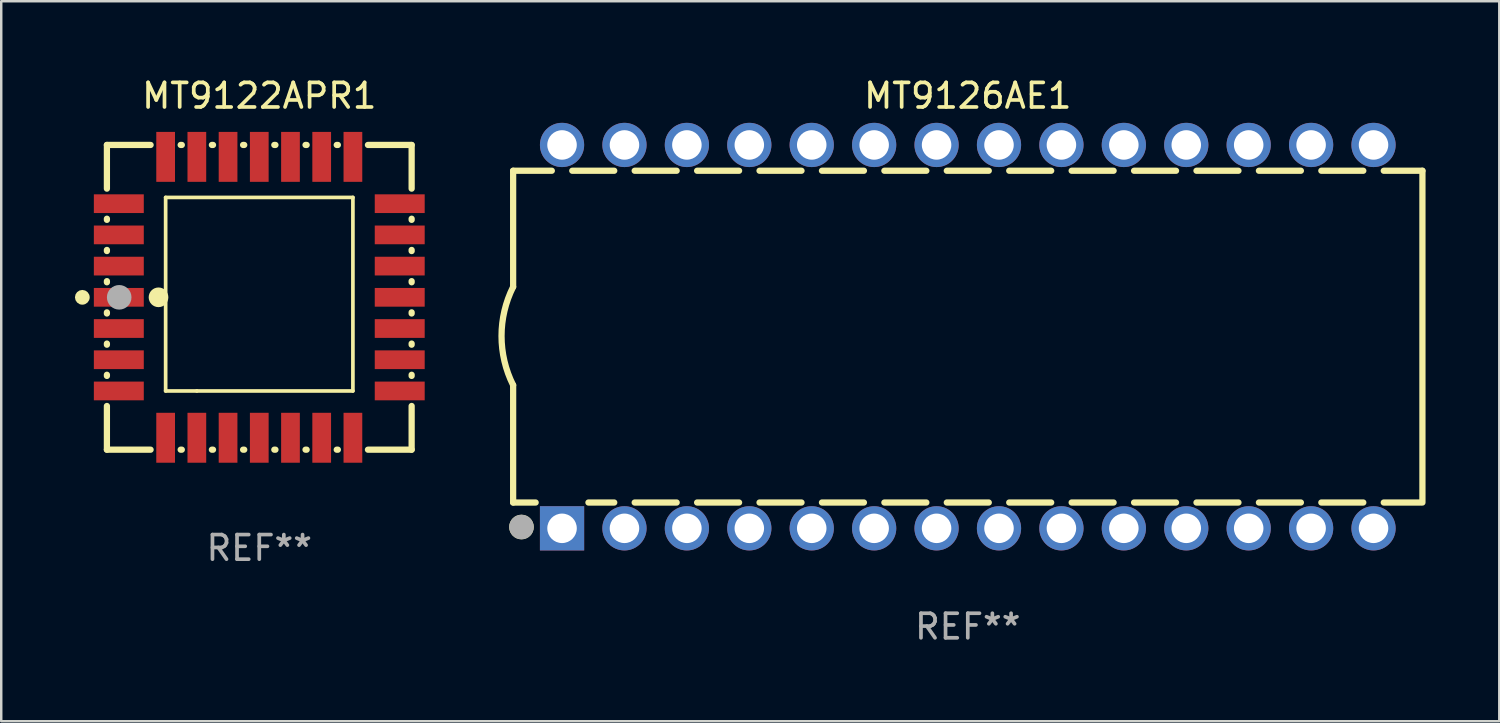
<source format=kicad_pcb>
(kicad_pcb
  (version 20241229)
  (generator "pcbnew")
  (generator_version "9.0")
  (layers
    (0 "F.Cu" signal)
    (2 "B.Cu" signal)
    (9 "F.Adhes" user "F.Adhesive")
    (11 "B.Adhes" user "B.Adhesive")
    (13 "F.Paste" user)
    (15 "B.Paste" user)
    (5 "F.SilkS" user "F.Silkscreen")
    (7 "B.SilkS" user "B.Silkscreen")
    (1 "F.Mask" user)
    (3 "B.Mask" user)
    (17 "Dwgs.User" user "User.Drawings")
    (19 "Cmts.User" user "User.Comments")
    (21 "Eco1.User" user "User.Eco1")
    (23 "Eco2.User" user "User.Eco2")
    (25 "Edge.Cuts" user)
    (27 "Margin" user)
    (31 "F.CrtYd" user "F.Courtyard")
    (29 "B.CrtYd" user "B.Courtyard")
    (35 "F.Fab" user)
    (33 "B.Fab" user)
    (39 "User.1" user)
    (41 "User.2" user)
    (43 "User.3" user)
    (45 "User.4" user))
  (footprint "MT9126AE1"
    (layer "F.Cu")
    (at 36.33 10.648)
    (property "Reference" "MT9126AE1" (at 0 -9.8 0) (layer "F.SilkS") (effects (font (size 1 1) (thickness 0.15))))
    (attr through_hole)
    (fp_line (start -18.5 -6.75) (end -18.5 -2.026) (stroke (width 0.254) (type solid)) (layer "F.SilkS"))
    (fp_line (start -18.5 -6.75) (end -16.926 -6.75) (stroke (width 0.254) (type solid)) (layer "F.SilkS"))
    (fp_line (start -18.5 6.75) (end -18.5 1.974) (stroke (width 0.254) (type solid)) (layer "F.SilkS"))
    (fp_line (start -18.5 6.75) (end -17.584 6.75) (stroke (width 0.254) (type solid)) (layer "F.SilkS"))
    (fp_line (start -16.094 -6.75) (end -14.386 -6.75) (stroke (width 0.254) (type solid)) (layer "F.SilkS"))
    (fp_line (start -15.436 6.75) (end -14.386 6.75) (stroke (width 0.254) (type solid)) (layer "F.SilkS"))
    (fp_line (start -13.554 -6.75) (end -11.846 -6.75) (stroke (width 0.254) (type solid)) (layer "F.SilkS"))
    (fp_line (start -13.554 6.75) (end -11.846 6.75) (stroke (width 0.254) (type solid)) (layer "F.SilkS"))
    (fp_line (start -11.014 -6.75) (end -9.306 -6.75) (stroke (width 0.254) (type solid)) (layer "F.SilkS"))
    (fp_line (start -11.014 6.75) (end -9.306 6.75) (stroke (width 0.254) (type solid)) (layer "F.SilkS"))
    (fp_line (start -8.474 -6.75) (end -6.766 -6.75) (stroke (width 0.254) (type solid)) (layer "F.SilkS"))
    (fp_line (start -8.474 6.75) (end -6.766 6.75) (stroke (width 0.254) (type solid)) (layer "F.SilkS"))
    (fp_line (start -5.934 -6.75) (end -4.226 -6.75) (stroke (width 0.254) (type solid)) (layer "F.SilkS"))
    (fp_line (start -5.934 6.75) (end -4.226 6.75) (stroke (width 0.254) (type solid)) (layer "F.SilkS"))
    (fp_line (start -3.394 -6.75) (end -1.686 -6.75) (stroke (width 0.254) (type solid)) (layer "F.SilkS"))
    (fp_line (start -3.394 6.75) (end -1.686 6.75) (stroke (width 0.254) (type solid)) (layer "F.SilkS"))
    (fp_line (start -0.854 -6.75) (end 0.854 -6.75) (stroke (width 0.254) (type solid)) (layer "F.SilkS"))
    (fp_line (start -0.854 6.75) (end 0.854 6.75) (stroke (width 0.254) (type solid)) (layer "F.SilkS"))
    (fp_line (start 1.686 -6.75) (end 3.394 -6.75) (stroke (width 0.254) (type solid)) (layer "F.SilkS"))
    (fp_line (start 1.686 6.75) (end 3.394 6.75) (stroke (width 0.254) (type solid)) (layer "F.SilkS"))
    (fp_line (start 4.226 -6.75) (end 5.934 -6.75) (stroke (width 0.254) (type solid)) (layer "F.SilkS"))
    (fp_line (start 4.226 6.75) (end 5.934 6.75) (stroke (width 0.254) (type solid)) (layer "F.SilkS"))
    (fp_line (start 6.766 -6.75) (end 8.474 -6.75) (stroke (width 0.254) (type solid)) (layer "F.SilkS"))
    (fp_line (start 6.766 6.75) (end 8.474 6.75) (stroke (width 0.254) (type solid)) (layer "F.SilkS"))
    (fp_line (start 9.306 -6.75) (end 11.014 -6.75) (stroke (width 0.254) (type solid)) (layer "F.SilkS"))
    (fp_line (start 9.306 6.75) (end 11.014 6.75) (stroke (width 0.254) (type solid)) (layer "F.SilkS"))
    (fp_line (start 11.846 -6.75) (end 13.554 -6.75) (stroke (width 0.254) (type solid)) (layer "F.SilkS"))
    (fp_line (start 11.846 6.75) (end 13.554 6.75) (stroke (width 0.254) (type solid)) (layer "F.SilkS"))
    (fp_line (start 14.386 -6.75) (end 16.094 -6.75) (stroke (width 0.254) (type solid)) (layer "F.SilkS"))
    (fp_line (start 14.386 6.75) (end 16.094 6.75) (stroke (width 0.254) (type solid)) (layer "F.SilkS"))
    (fp_line (start 16.926 -6.75) (end 18.5 -6.75) (stroke (width 0.254) (type solid)) (layer "F.SilkS"))
    (fp_line (start 16.926 6.75) (end 18.415 6.75) (stroke (width 0.254) (type solid)) (layer "F.SilkS"))
    (fp_line (start 18.5 6.75) (end 18.5 -6.75) (stroke (width 0.254) (type solid)) (layer "F.SilkS"))
    (fp_arc (start -18.500051 1.974384) (mid -18.972187 -0.025616) (end -18.500051 -2.025616) (stroke (width 0.254001) (type solid)) (layer "F.SilkS"))
    (fp_circle (center -18.5 7.8) (end -18.47 7.8) (stroke (width 0.06) (type solid)) (fill no) (layer "F.SilkS"))
    (fp_circle (center -18.161 7.747) (end -17.911 7.747) (stroke (width 0.5) (type solid)) (fill no) (layer "F.SilkS"))
    (fp_circle (center -18.161 7.747) (end -17.911 7.747) (stroke (width 0.5) (type solid)) (fill no) (layer "F.Fab"))
    (fp_text user "REF**" (at 0 11.8 0) (layer "F.Fab") (effects (font (size 1 1) (thickness 0.15))))
    (pad "1" thru_hole rect (at -16.51 7.8) (size 1.8 1.8) (drill 1.2) (layers "*.Cu" "*.Mask"))
    (pad "2" thru_hole circle (at -13.97 7.8) (size 1.8 1.8) (drill 1.2) (layers "*.Cu" "*.Mask"))
    (pad "3" thru_hole circle (at -11.43 7.8) (size 1.8 1.8) (drill 1.2) (layers "*.Cu" "*.Mask"))
    (pad "4" thru_hole circle (at -8.89 7.8) (size 1.8 1.8) (drill 1.2) (layers "*.Cu" "*.Mask"))
    (pad "5" thru_hole circle (at -6.35 7.8) (size 1.8 1.8) (drill 1.2) (layers "*.Cu" "*.Mask"))
    (pad "6" thru_hole circle (at -3.81 7.8) (size 1.8 1.8) (drill 1.2) (layers "*.Cu" "*.Mask"))
    (pad "7" thru_hole circle (at -1.27 7.8) (size 1.8 1.8) (drill 1.2) (layers "*.Cu" "*.Mask"))
    (pad "8" thru_hole circle (at 1.27 7.8) (size 1.8 1.8) (drill 1.2) (layers "*.Cu" "*.Mask"))
    (pad "9" thru_hole circle (at 3.81 7.8) (size 1.8 1.8) (drill 1.2) (layers "*.Cu" "*.Mask"))
    (pad "10" thru_hole circle (at 6.35 7.8) (size 1.8 1.8) (drill 1.2) (layers "*.Cu" "*.Mask"))
    (pad "11" thru_hole circle (at 8.89 7.8) (size 1.8 1.8) (drill 1.2) (layers "*.Cu" "*.Mask"))
    (pad "12" thru_hole circle (at 11.43 7.8) (size 1.8 1.8) (drill 1.2) (layers "*.Cu" "*.Mask"))
    (pad "13" thru_hole circle (at 13.97 7.8) (size 1.8 1.8) (drill 1.2) (layers "*.Cu" "*.Mask"))
    (pad "14" thru_hole circle (at 16.51 7.8) (size 1.8 1.8) (drill 1.2) (layers "*.Cu" "*.Mask"))
    (pad "15" thru_hole circle (at 16.51 -7.8) (size 1.8 1.8) (drill 1.2) (layers "*.Cu" "*.Mask"))
    (pad "16" thru_hole circle (at 13.97 -7.8) (size 1.8 1.8) (drill 1.2) (layers "*.Cu" "*.Mask"))
    (pad "17" thru_hole circle (at 11.43 -7.8) (size 1.8 1.8) (drill 1.2) (layers "*.Cu" "*.Mask"))
    (pad "18" thru_hole circle (at 8.89 -7.8) (size 1.8 1.8) (drill 1.2) (layers "*.Cu" "*.Mask"))
    (pad "19" thru_hole circle (at 6.35 -7.8) (size 1.8 1.8) (drill 1.2) (layers "*.Cu" "*.Mask"))
    (pad "20" thru_hole circle (at 3.81 -7.8) (size 1.8 1.8) (drill 1.2) (layers "*.Cu" "*.Mask"))
    (pad "21" thru_hole circle (at 1.27 -7.8) (size 1.8 1.8) (drill 1.2) (layers "*.Cu" "*.Mask"))
    (pad "22" thru_hole circle (at -1.27 -7.8) (size 1.8 1.8) (drill 1.2) (layers "*.Cu" "*.Mask"))
    (pad "23" thru_hole circle (at -3.81 -7.8) (size 1.8 1.8) (drill 1.2) (layers "*.Cu" "*.Mask"))
    (pad "24" thru_hole circle (at -6.35 -7.8) (size 1.8 1.8) (drill 1.2) (layers "*.Cu" "*.Mask"))
    (pad "25" thru_hole circle (at -8.89 -7.8) (size 1.8 1.8) (drill 1.2) (layers "*.Cu" "*.Mask"))
    (pad "26" thru_hole circle (at -11.43 -7.8) (size 1.8 1.8) (drill 1.2) (layers "*.Cu" "*.Mask"))
    (pad "27" thru_hole circle (at -13.97 -7.8) (size 1.8 1.8) (drill 1.2) (layers "*.Cu" "*.Mask"))
    (pad "28" thru_hole circle (at -16.51 -7.8) (size 1.8 1.8) (drill 1.2) (layers "*.Cu" "*.Mask")))
  (footprint "MT9122APR1"
    (layer "F.Cu")
    (at 7.5 9.048)
    (property "Reference" "MT9122APR1" (at 0 -8.2 0) (layer "F.SilkS") (effects (font (size 1 1) (thickness 0.15))))
    (attr through_hole)
    (fp_line (start -6.2 -6.2) (end -4.422 -6.2) (stroke (width 0.254) (type solid)) (layer "F.SilkS"))
    (fp_line (start -6.2 -4.422) (end -6.2 -6.2) (stroke (width 0.254) (type solid)) (layer "F.SilkS"))
    (fp_line (start -6.2 -3.152) (end -6.2 -3.198) (stroke (width 0.254) (type solid)) (layer "F.SilkS"))
    (fp_line (start -6.2 -1.882) (end -6.2 -1.928) (stroke (width 0.254) (type solid)) (layer "F.SilkS"))
    (fp_line (start -6.2 -0.612) (end -6.2 -0.658) (stroke (width 0.254) (type solid)) (layer "F.SilkS"))
    (fp_line (start -6.2 0.658) (end -6.2 0.612) (stroke (width 0.254) (type solid)) (layer "F.SilkS"))
    (fp_line (start -6.2 1.928) (end -6.2 1.882) (stroke (width 0.254) (type solid)) (layer "F.SilkS"))
    (fp_line (start -6.2 3.198) (end -6.2 3.152) (stroke (width 0.254) (type solid)) (layer "F.SilkS"))
    (fp_line (start -6.2 6.2) (end -6.2 4.422) (stroke (width 0.254) (type solid)) (layer "F.SilkS"))
    (fp_line (start -4.422 6.2) (end -6.2 6.2) (stroke (width 0.254) (type solid)) (layer "F.SilkS"))
    (fp_line (start -3.81 -4.064) (end 3.81 -4.064) (stroke (width 0.15) (type solid)) (layer "F.SilkS"))
    (fp_line (start -3.81 3.81) (end -3.81 -4.064) (stroke (width 0.15) (type solid)) (layer "F.SilkS"))
    (fp_line (start -3.198 -6.2) (end -3.152 -6.2) (stroke (width 0.254) (type solid)) (layer "F.SilkS"))
    (fp_line (start -3.152 6.2) (end -3.198 6.2) (stroke (width 0.254) (type solid)) (layer "F.SilkS"))
    (fp_line (start -2.54 3.81) (end -3.81 3.81) (stroke (width 0.15) (type solid)) (layer "F.SilkS"))
    (fp_line (start -1.928 -6.2) (end -1.882 -6.2) (stroke (width 0.254) (type solid)) (layer "F.SilkS"))
    (fp_line (start -1.882 6.2) (end -1.928 6.2) (stroke (width 0.254) (type solid)) (layer "F.SilkS"))
    (fp_line (start -0.658 -6.2) (end -0.612 -6.2) (stroke (width 0.254) (type solid)) (layer "F.SilkS"))
    (fp_line (start -0.612 6.2) (end -0.658 6.2) (stroke (width 0.254) (type solid)) (layer "F.SilkS"))
    (fp_line (start 0.612 -6.2) (end 0.658 -6.2) (stroke (width 0.254) (type solid)) (layer "F.SilkS"))
    (fp_line (start 0.658 6.2) (end 0.612 6.2) (stroke (width 0.254) (type solid)) (layer "F.SilkS"))
    (fp_line (start 1.882 -6.2) (end 1.928 -6.2) (stroke (width 0.254) (type solid)) (layer "F.SilkS"))
    (fp_line (start 1.928 6.2) (end 1.882 6.2) (stroke (width 0.254) (type solid)) (layer "F.SilkS"))
    (fp_line (start 3.152 -6.2) (end 3.198 -6.2) (stroke (width 0.254) (type solid)) (layer "F.SilkS"))
    (fp_line (start 3.198 6.2) (end 3.152 6.2) (stroke (width 0.254) (type solid)) (layer "F.SilkS"))
    (fp_line (start 3.81 -4.064) (end 3.81 3.81) (stroke (width 0.15) (type solid)) (layer "F.SilkS"))
    (fp_line (start 3.81 3.81) (end -2.54 3.81) (stroke (width 0.15) (type solid)) (layer "F.SilkS"))
    (fp_line (start 4.422 -6.2) (end 6.2 -6.2) (stroke (width 0.254) (type solid)) (layer "F.SilkS"))
    (fp_line (start 6.2 -6.2) (end 6.2 -4.422) (stroke (width 0.254) (type solid)) (layer "F.SilkS"))
    (fp_line (start 6.2 -3.198) (end 6.2 -3.152) (stroke (width 0.254) (type solid)) (layer "F.SilkS"))
    (fp_line (start 6.2 -1.928) (end 6.2 -1.882) (stroke (width 0.254) (type solid)) (layer "F.SilkS"))
    (fp_line (start 6.2 -0.658) (end 6.2 -0.612) (stroke (width 0.254) (type solid)) (layer "F.SilkS"))
    (fp_line (start 6.2 0.612) (end 6.2 0.658) (stroke (width 0.254) (type solid)) (layer "F.SilkS"))
    (fp_line (start 6.2 1.882) (end 6.2 1.928) (stroke (width 0.254) (type solid)) (layer "F.SilkS"))
    (fp_line (start 6.2 3.152) (end 6.2 3.198) (stroke (width 0.254) (type solid)) (layer "F.SilkS"))
    (fp_line (start 6.2 4.422) (end 6.2 6.2) (stroke (width 0.254) (type solid)) (layer "F.SilkS"))
    (fp_line (start 6.2 6.2) (end 4.422 6.2) (stroke (width 0.254) (type solid)) (layer "F.SilkS"))
    (fp_circle (center -7.2 0) (end -7.05 0) (stroke (width 0.3) (type solid)) (fill no) (layer "F.SilkS"))
    (fp_circle (center -6.223 6.223) (end -6.193 6.223) (stroke (width 0.06) (type solid)) (fill no) (layer "F.SilkS"))
    (fp_circle (center -4.1 0) (end -3.9 0) (stroke (width 0.4) (type solid)) (fill no) (layer "F.SilkS"))
    (fp_circle (center -5.7 0) (end -5.45 0) (stroke (width 0.5) (type solid)) (fill no) (layer "F.Fab"))
    (fp_text user "REF**" (at 0 10.2 0) (layer "F.Fab") (effects (font (size 1 1) (thickness 0.15))))
    (pad "1" smd rect (at -5.715 0) (size 2.032 0.762) (layers "F.Cu" "F.Mask" "F.Paste"))
    (pad "2" smd rect (at -5.715 1.27) (size 2.032 0.762) (layers "F.Cu" "F.Mask" "F.Paste"))
    (pad "3" smd rect (at -5.715 2.54) (size 2.032 0.762) (layers "F.Cu" "F.Mask" "F.Paste"))
    (pad "4" smd rect (at -5.715 3.81) (size 2.032 0.762) (layers "F.Cu" "F.Mask" "F.Paste"))
    (pad "5" smd rect (at -3.81 5.715) (size 0.762 2.032) (layers "F.Cu" "F.Mask" "F.Paste"))
    (pad "6" smd rect (at -2.54 5.715) (size 0.762 2.032) (layers "F.Cu" "F.Mask" "F.Paste"))
    (pad "7" smd rect (at -1.27 5.715) (size 0.762 2.032) (layers "F.Cu" "F.Mask" "F.Paste"))
    (pad "8" smd rect (at 0 5.715) (size 0.762 2.032) (layers "F.Cu" "F.Mask" "F.Paste"))
    (pad "9" smd rect (at 1.27 5.715) (size 0.762 2.032) (layers "F.Cu" "F.Mask" "F.Paste"))
    (pad "10" smd rect (at 2.54 5.715) (size 0.762 2.032) (layers "F.Cu" "F.Mask" "F.Paste"))
    (pad "11" smd rect (at 3.81 5.715) (size 0.762 2.032) (layers "F.Cu" "F.Mask" "F.Paste"))
    (pad "12" smd rect (at 5.715 3.81) (size 2.032 0.762) (layers "F.Cu" "F.Mask" "F.Paste"))
    (pad "13" smd rect (at 5.715 2.54) (size 2.032 0.762) (layers "F.Cu" "F.Mask" "F.Paste"))
    (pad "14" smd rect (at 5.715 1.27) (size 2.032 0.762) (layers "F.Cu" "F.Mask" "F.Paste"))
    (pad "15" smd rect (at 5.715 0) (size 2.032 0.762) (layers "F.Cu" "F.Mask" "F.Paste"))
    (pad "16" smd rect (at 5.715 -1.27) (size 2.032 0.762) (layers "F.Cu" "F.Mask" "F.Paste"))
    (pad "17" smd rect (at 5.715 -2.54) (size 2.032 0.762) (layers "F.Cu" "F.Mask" "F.Paste"))
    (pad "18" smd rect (at 5.715 -3.81) (size 2.032 0.762) (layers "F.Cu" "F.Mask" "F.Paste"))
    (pad "19" smd rect (at 3.81 -5.715) (size 0.762 2.032) (layers "F.Cu" "F.Mask" "F.Paste"))
    (pad "20" smd rect (at 2.54 -5.715) (size 0.762 2.032) (layers "F.Cu" "F.Mask" "F.Paste"))
    (pad "21" smd rect (at 1.27 -5.715) (size 0.762 2.032) (layers "F.Cu" "F.Mask" "F.Paste"))
    (pad "22" smd rect (at 0 -5.715) (size 0.762 2.032) (layers "F.Cu" "F.Mask" "F.Paste"))
    (pad "23" smd rect (at -1.27 -5.715) (size 0.762 2.032) (layers "F.Cu" "F.Mask" "F.Paste"))
    (pad "24" smd rect (at -2.54 -5.715) (size 0.762 2.032) (layers "F.Cu" "F.Mask" "F.Paste"))
    (pad "25" smd rect (at -3.81 -5.715) (size 0.762 2.032) (layers "F.Cu" "F.Mask" "F.Paste"))
    (pad "26" smd rect (at -5.715 -3.81) (size 2.032 0.762) (layers "F.Cu" "F.Mask" "F.Paste"))
    (pad "27" smd rect (at -5.715 -2.54) (size 2.032 0.762) (layers "F.Cu" "F.Mask" "F.Paste"))
    (pad "28" smd rect (at -5.715 -1.27) (size 2.032 0.762) (layers "F.Cu" "F.Mask" "F.Paste")))
  (gr_rect
    (start -3 -3)
    (end 57.957 26.297)
    (stroke (width 0.1) (type default))
    (fill no)
    (layer "Edge.Cuts")))
</source>
